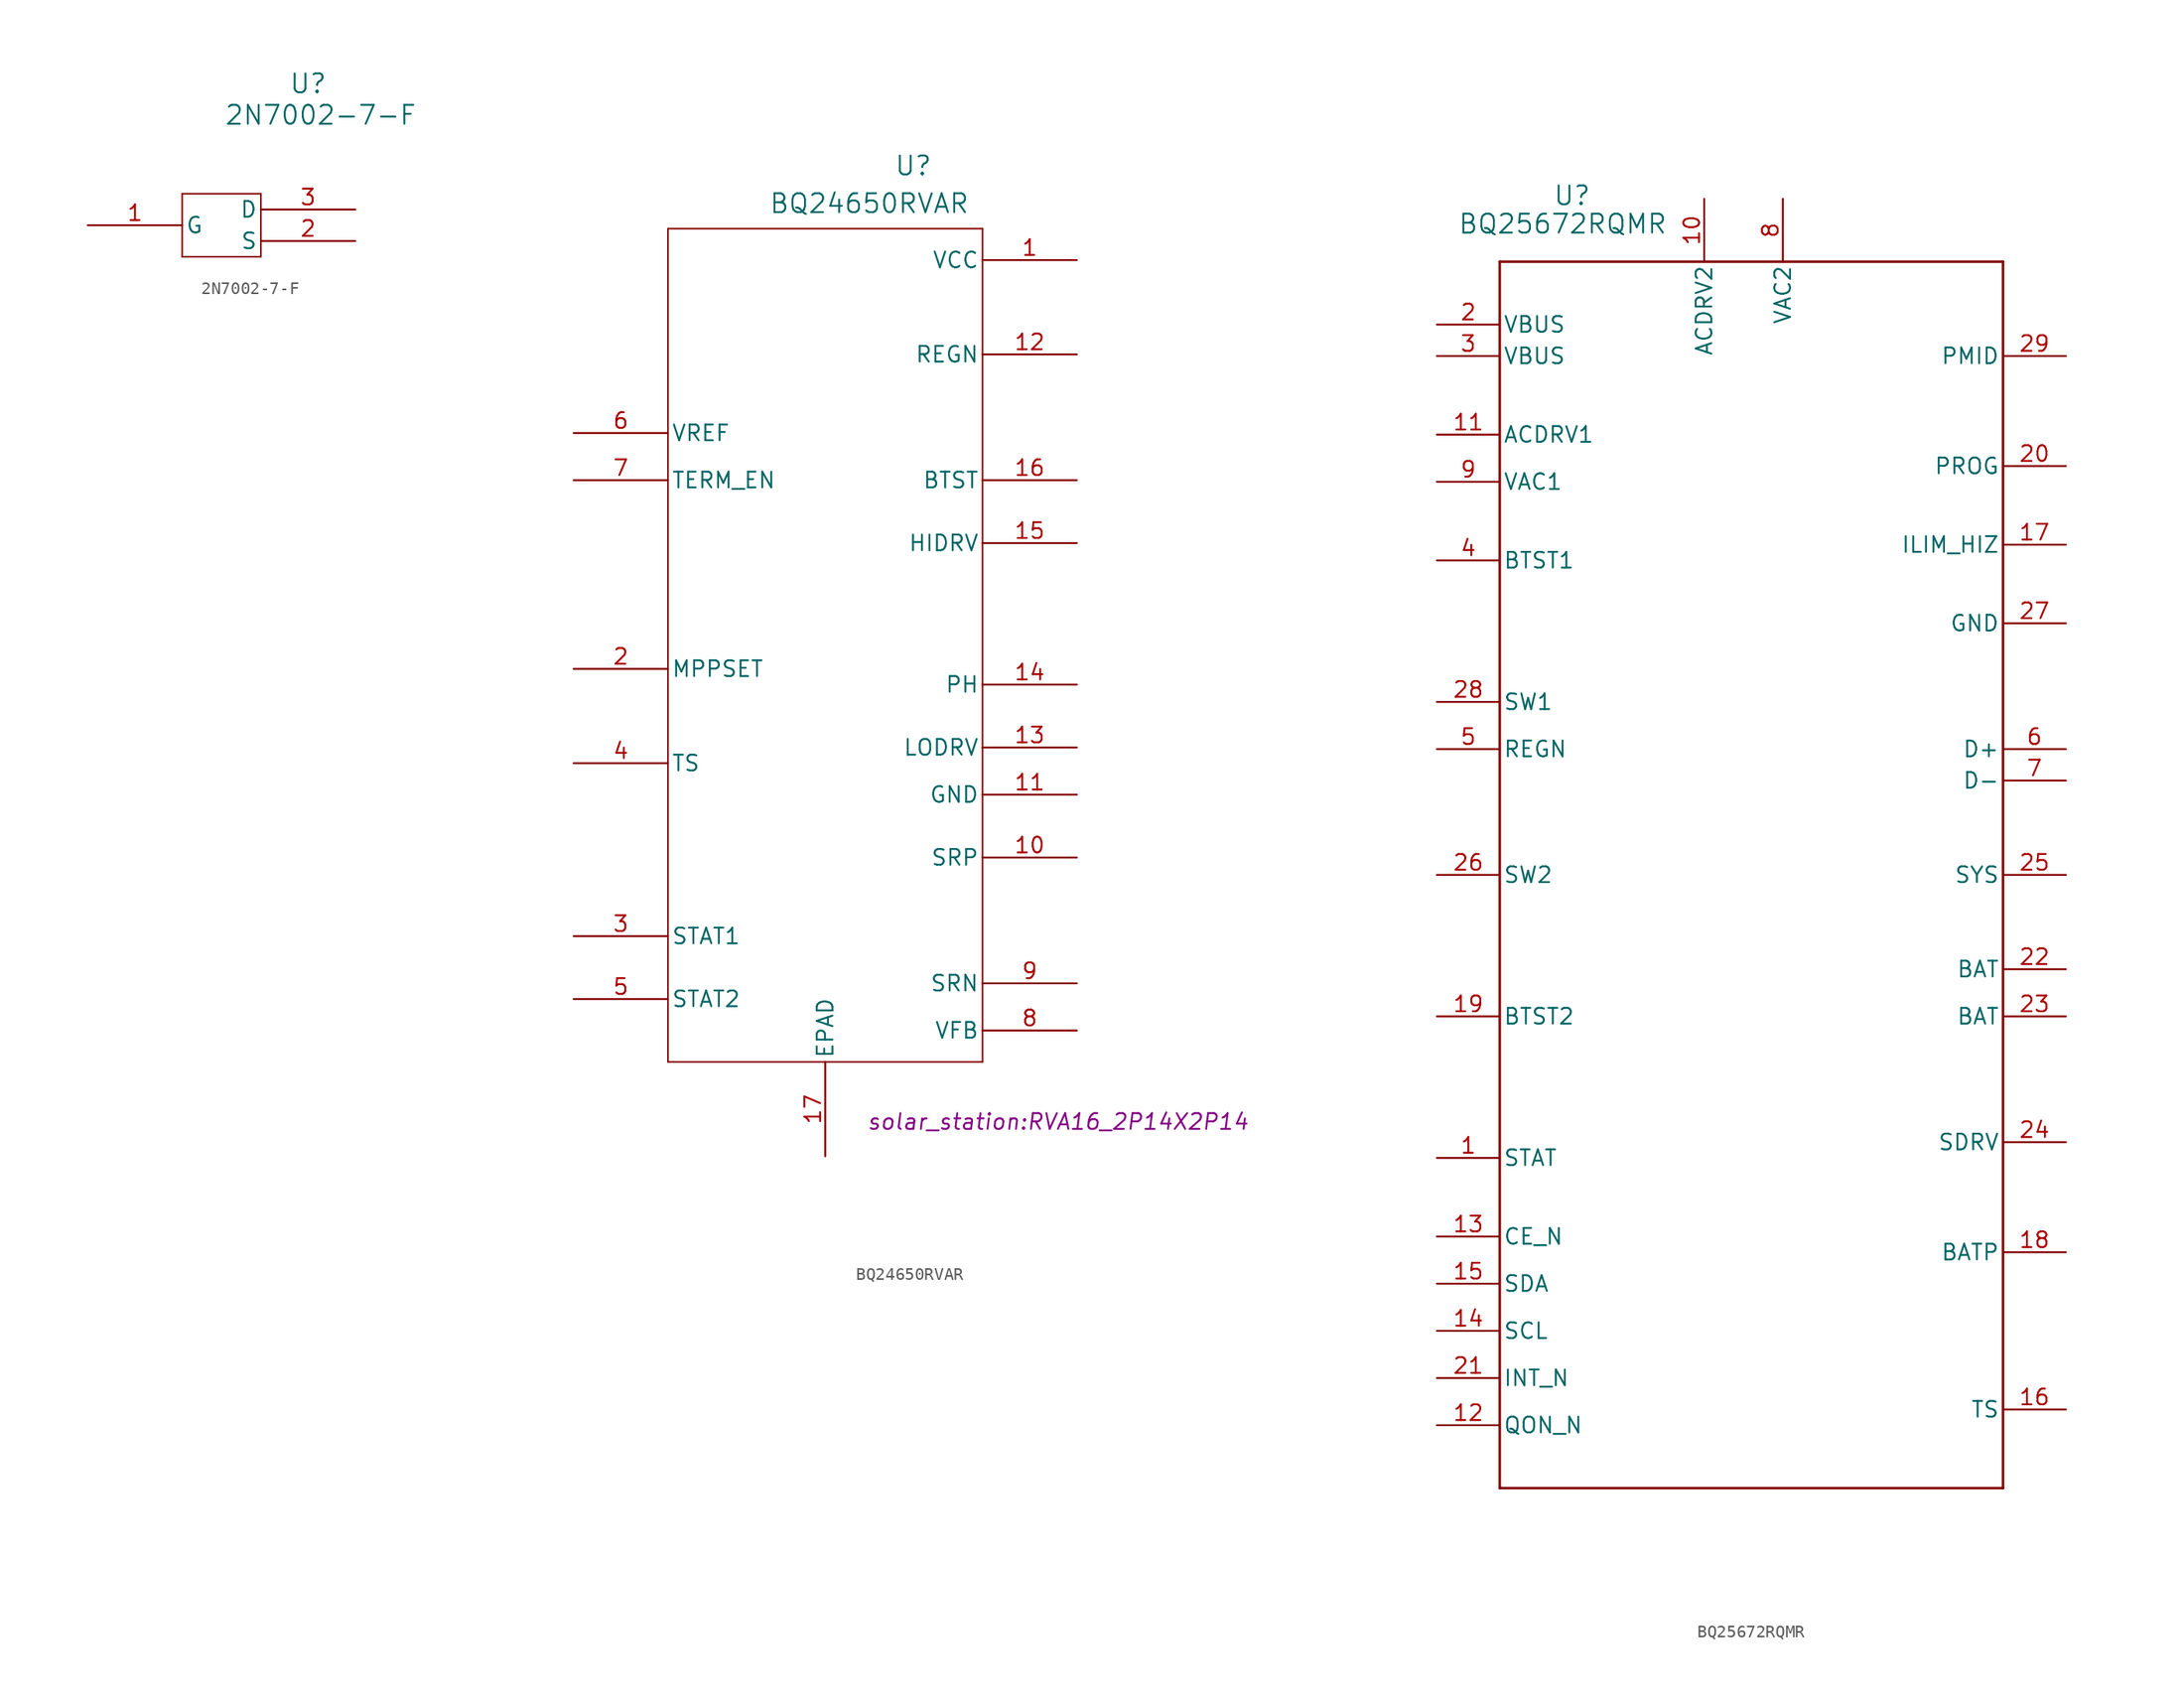
<source format=kicad_sym>
(kicad_symbol_lib
  (version 20241209)
  (generator "kicad_symbol_editor")
  (generator_version "9.0")
  (symbol "2N7002-7-F"
    (pin_names
      (offset 0.254))
    (property "Reference" "U"
      (at 17.78 10.16 0)
      (effects (font (size 1.524 1.524))))
    (property "Value" "2N7002-7-F"
      (at 18.796 7.62 0)
      (effects (font (size 1.524 1.524))))
    (symbol "2N7002-7-F_0_1"
      (polyline (pts (xy 7.62 1.27) (xy 7.62 -3.81)) (stroke (width 0.127) (type default)) (fill (type none)))
      (polyline (pts (xy 7.62 -3.81) (xy 13.97 -3.81)) (stroke (width 0.127) (type default)) (fill (type none)))
      (polyline (pts (xy 13.97 1.27) (xy 7.62 1.27)) (stroke (width 0.127) (type default)) (fill (type none)))
      (polyline (pts (xy 13.97 -3.81) (xy 13.97 1.27)) (stroke (width 0.127) (type default)) (fill (type none)))
      (pin unspecified line (at 0 -1.27 0) (length 7.62) (name "G" (effects (font (size 1.27 1.27)))) (number "1" (effects (font (size 1.27 1.27)))))
      (pin unspecified line (at 21.59 0 180) (length 7.62) (name "D" (effects (font (size 1.27 1.27)))) (number "3" (effects (font (size 1.27 1.27)))))
      (pin unspecified line (at 21.59 -2.54 180) (length 7.62) (name "S" (effects (font (size 1.27 1.27)))) (number "2" (effects (font (size 1.27 1.27)))))))
  (symbol "BQ24650RVAR"
    (pin_names
      (offset 0.254))
    (property "Reference" "U"
      (at 27.432 10.16 0)
      (effects (font (size 1.524 1.524))))
    (property "Value" "BQ24650RVAR"
      (at 23.876 7.112 0)
      (effects (font (size 1.524 1.524))))
    (property "Footprint" "solar_station:RVA16_2P14X2P14"
      (at 39.116 -67.056 0)
      (effects (font (size 1.27 1.27) (italic yes))))
    (symbol "BQ24650RVAR_0_1"
      (polyline (pts (xy 7.62 5.08) (xy 7.62 -62.23)) (stroke (width 0.127) (type default)) (fill (type none)))
      (polyline (pts (xy 7.62 -62.23) (xy 33.02 -62.23)) (stroke (width 0.127) (type default)) (fill (type none)))
      (polyline (pts (xy 33.02 5.08) (xy 7.62 5.08)) (stroke (width 0.127) (type default)) (fill (type none)))
      (polyline (pts (xy 33.02 -62.23) (xy 33.02 5.08)) (stroke (width 0.127) (type default)) (fill (type none)))
      (pin power_in line (at 0 -11.43 0) (length 7.62) (name "VREF" (effects (font (size 1.27 1.27)))) (number "6" (effects (font (size 1.27 1.27)))))
      (pin input line (at 0 -15.24 0) (length 7.62) (name "TERM_EN" (effects (font (size 1.27 1.27)))) (number "7" (effects (font (size 1.27 1.27)))))
      (pin input line (at 0 -30.48 0) (length 7.62) (name "MPPSET" (effects (font (size 1.27 1.27)))) (number "2" (effects (font (size 1.27 1.27)))))
      (pin input line (at 0 -38.1 0) (length 7.62) (name "TS" (effects (font (size 1.27 1.27)))) (number "4" (effects (font (size 1.27 1.27)))))
      (pin output line (at 0 -52.07 0) (length 7.62) (name "STAT1" (effects (font (size 1.27 1.27)))) (number "3" (effects (font (size 1.27 1.27)))))
      (pin output line (at 0 -57.15 0) (length 7.62) (name "STAT2" (effects (font (size 1.27 1.27)))) (number "5" (effects (font (size 1.27 1.27)))))
      (pin power_in line (at 20.32 -69.85 90) (length 7.62) (name "EPAD" (effects (font (size 1.27 1.27)))) (number "17" (effects (font (size 1.27 1.27)))))
      (pin power_in line (at 40.64 2.54 180) (length 7.62) (name "VCC" (effects (font (size 1.27 1.27)))) (number "1" (effects (font (size 1.27 1.27)))))
      (pin power_in line (at 40.64 -5.08 180) (length 7.62) (name "REGN" (effects (font (size 1.27 1.27)))) (number "12" (effects (font (size 1.27 1.27)))))
      (pin power_in line (at 40.64 -15.24 180) (length 7.62) (name "BTST" (effects (font (size 1.27 1.27)))) (number "16" (effects (font (size 1.27 1.27)))))
      (pin output line (at 40.64 -20.32 180) (length 7.62) (name "HIDRV" (effects (font (size 1.27 1.27)))) (number "15" (effects (font (size 1.27 1.27)))))
      (pin power_in line (at 40.64 -31.75 180) (length 7.62) (name "PH" (effects (font (size 1.27 1.27)))) (number "14" (effects (font (size 1.27 1.27)))))
      (pin output line (at 40.64 -36.83 180) (length 7.62) (name "LODRV" (effects (font (size 1.27 1.27)))) (number "13" (effects (font (size 1.27 1.27)))))
      (pin power_in line (at 40.64 -40.64 180) (length 7.62) (name "GND" (effects (font (size 1.27 1.27)))) (number "11" (effects (font (size 1.27 1.27)))))
      (pin bidirectional line (at 40.64 -45.72 180) (length 7.62) (name "SRP" (effects (font (size 1.27 1.27)))) (number "10" (effects (font (size 1.27 1.27)))))
      (pin input line (at 40.64 -55.88 180) (length 7.62) (name "SRN" (effects (font (size 1.27 1.27)))) (number "9" (effects (font (size 1.27 1.27)))))
      (pin input line (at 40.64 -59.69 180) (length 7.62) (name "VFB" (effects (font (size 1.27 1.27)))) (number "8" (effects (font (size 1.27 1.27)))))))
  (symbol "BQ25672RQMR"
    (pin_names
      (offset 0.254))
    (property "Reference" "U"
      (at 5.842 10.414 0)
      (effects (font (size 1.524 1.524))))
    (property "Value" "BQ25672RQMR"
      (at 5.08 8.128 0)
      (effects (font (size 1.524 1.524))))
    (symbol "BQ25672RQMR_0_1"
      (polyline (pts (xy 0 5.08) (xy 0 -93.98)) (stroke (width 0.203) (type default)) (fill (type none)))
      (polyline (pts (xy 0 -93.98) (xy 40.64 -93.98)) (stroke (width 0.203) (type default)) (fill (type none)))
      (polyline (pts (xy 40.64 5.08) (xy 0 5.08)) (stroke (width 0.203) (type default)) (fill (type none)))
      (polyline (pts (xy 40.64 -93.98) (xy 40.64 5.08)) (stroke (width 0.203) (type default)) (fill (type none)))
      (pin power_in line (at -5.08 0 0) (length 5.08) (name "VBUS" (effects (font (size 1.27 1.27)))) (number "2" (effects (font (size 1.27 1.27)))))
      (pin power_in line (at -5.08 -2.54 0) (length 5.08) (name "VBUS" (effects (font (size 1.27 1.27)))) (number "3" (effects (font (size 1.27 1.27)))))
      (pin power_in line (at -5.08 -8.89 0) (length 5.08) (name "ACDRV1" (effects (font (size 1.27 1.27)))) (number "11" (effects (font (size 1.27 1.27)))))
      (pin power_in line (at -5.08 -12.7 0) (length 5.08) (name "VAC1" (effects (font (size 1.27 1.27)))) (number "9" (effects (font (size 1.27 1.27)))))
      (pin unspecified line (at -5.08 -19.05 0) (length 5.08) (name "BTST1" (effects (font (size 1.27 1.27)))) (number "4" (effects (font (size 1.27 1.27)))))
      (pin unspecified line (at -5.08 -30.48 0) (length 5.08) (name "SW1" (effects (font (size 1.27 1.27)))) (number "28" (effects (font (size 1.27 1.27)))))
      (pin unspecified line (at -5.08 -34.29 0) (length 5.08) (name "REGN" (effects (font (size 1.27 1.27)))) (number "5" (effects (font (size 1.27 1.27)))))
      (pin unspecified line (at -5.08 -44.45 0) (length 5.08) (name "SW2" (effects (font (size 1.27 1.27)))) (number "26" (effects (font (size 1.27 1.27)))))
      (pin unspecified line (at -5.08 -55.88 0) (length 5.08) (name "BTST2" (effects (font (size 1.27 1.27)))) (number "19" (effects (font (size 1.27 1.27)))))
      (pin unspecified line (at -5.08 -67.31 0) (length 5.08) (name "STAT" (effects (font (size 1.27 1.27)))) (number "1" (effects (font (size 1.27 1.27)))))
      (pin input line (at -5.08 -73.66 0) (length 5.08) (name "CE_N" (effects (font (size 1.27 1.27)))) (number "13" (effects (font (size 1.27 1.27)))))
      (pin bidirectional line (at -5.08 -77.47 0) (length 5.08) (name "SDA" (effects (font (size 1.27 1.27)))) (number "15" (effects (font (size 1.27 1.27)))))
      (pin input line (at -5.08 -81.28 0) (length 5.08) (name "SCL" (effects (font (size 1.27 1.27)))) (number "14" (effects (font (size 1.27 1.27)))))
      (pin output line (at -5.08 -85.09 0) (length 5.08) (name "INT_N" (effects (font (size 1.27 1.27)))) (number "21" (effects (font (size 1.27 1.27)))))
      (pin unspecified line (at -5.08 -88.9 0) (length 5.08) (name "QON_N" (effects (font (size 1.27 1.27)))) (number "12" (effects (font (size 1.27 1.27)))))
      (pin power_in line (at 16.51 10.16 270) (length 5.08) (name "ACDRV2" (effects (font (size 1.27 1.27)))) (number "10" (effects (font (size 1.27 1.27)))))
      (pin power_in line (at 22.86 10.16 270) (length 5.08) (name "VAC2" (effects (font (size 1.27 1.27)))) (number "8" (effects (font (size 1.27 1.27)))))
      (pin unspecified line (at 45.72 -2.54 180) (length 5.08) (name "PMID" (effects (font (size 1.27 1.27)))) (number "29" (effects (font (size 1.27 1.27)))))
      (pin unspecified line (at 45.72 -11.43 180) (length 5.08) (name "PROG" (effects (font (size 1.27 1.27)))) (number "20" (effects (font (size 1.27 1.27)))))
      (pin unspecified line (at 45.72 -17.78 180) (length 5.08) (name "ILIM_HIZ" (effects (font (size 1.27 1.27)))) (number "17" (effects (font (size 1.27 1.27)))))
      (pin power_in line (at 45.72 -24.13 180) (length 5.08) (name "GND" (effects (font (size 1.27 1.27)))) (number "27" (effects (font (size 1.27 1.27)))))
      (pin unspecified line (at 45.72 -44.45 180) (length 5.08) (name "SYS" (effects (font (size 1.27 1.27)))) (number "25" (effects (font (size 1.27 1.27)))))
      (pin unspecified line (at 45.72 -52.07 180) (length 5.08) (name "BAT" (effects (font (size 1.27 1.27)))) (number "22" (effects (font (size 1.27 1.27)))))
      (pin unspecified line (at 45.72 -55.88 180) (length 5.08) (name "BAT" (effects (font (size 1.27 1.27)))) (number "23" (effects (font (size 1.27 1.27)))))
      (pin unspecified line (at 45.72 -66.04 180) (length 5.08) (name "SDRV" (effects (font (size 1.27 1.27)))) (number "24" (effects (font (size 1.27 1.27)))))
      (pin unspecified line (at 45.72 -74.93 180) (length 5.08) (name "BATP" (effects (font (size 1.27 1.27)))) (number "18" (effects (font (size 1.27 1.27)))))
      (pin unspecified line (at 45.72 -87.63 180) (length 5.08) (name "TS" (effects (font (size 1.27 1.27)))) (number "16" (effects (font (size 1.27 1.27))))))
    (symbol "BQ25672RQMR_1_1"
      (pin unspecified line (at 45.72 -34.29 180) (length 5.08) (name "D+" (effects (font (size 1.27 1.27)))) (number "6" (effects (font (size 1.27 1.27)))))
      (pin unspecified line (at 45.72 -36.83 180) (length 5.08) (name "D-" (effects (font (size 1.27 1.27)))) (number "7" (effects (font (size 1.27 1.27))))))))
</source>
